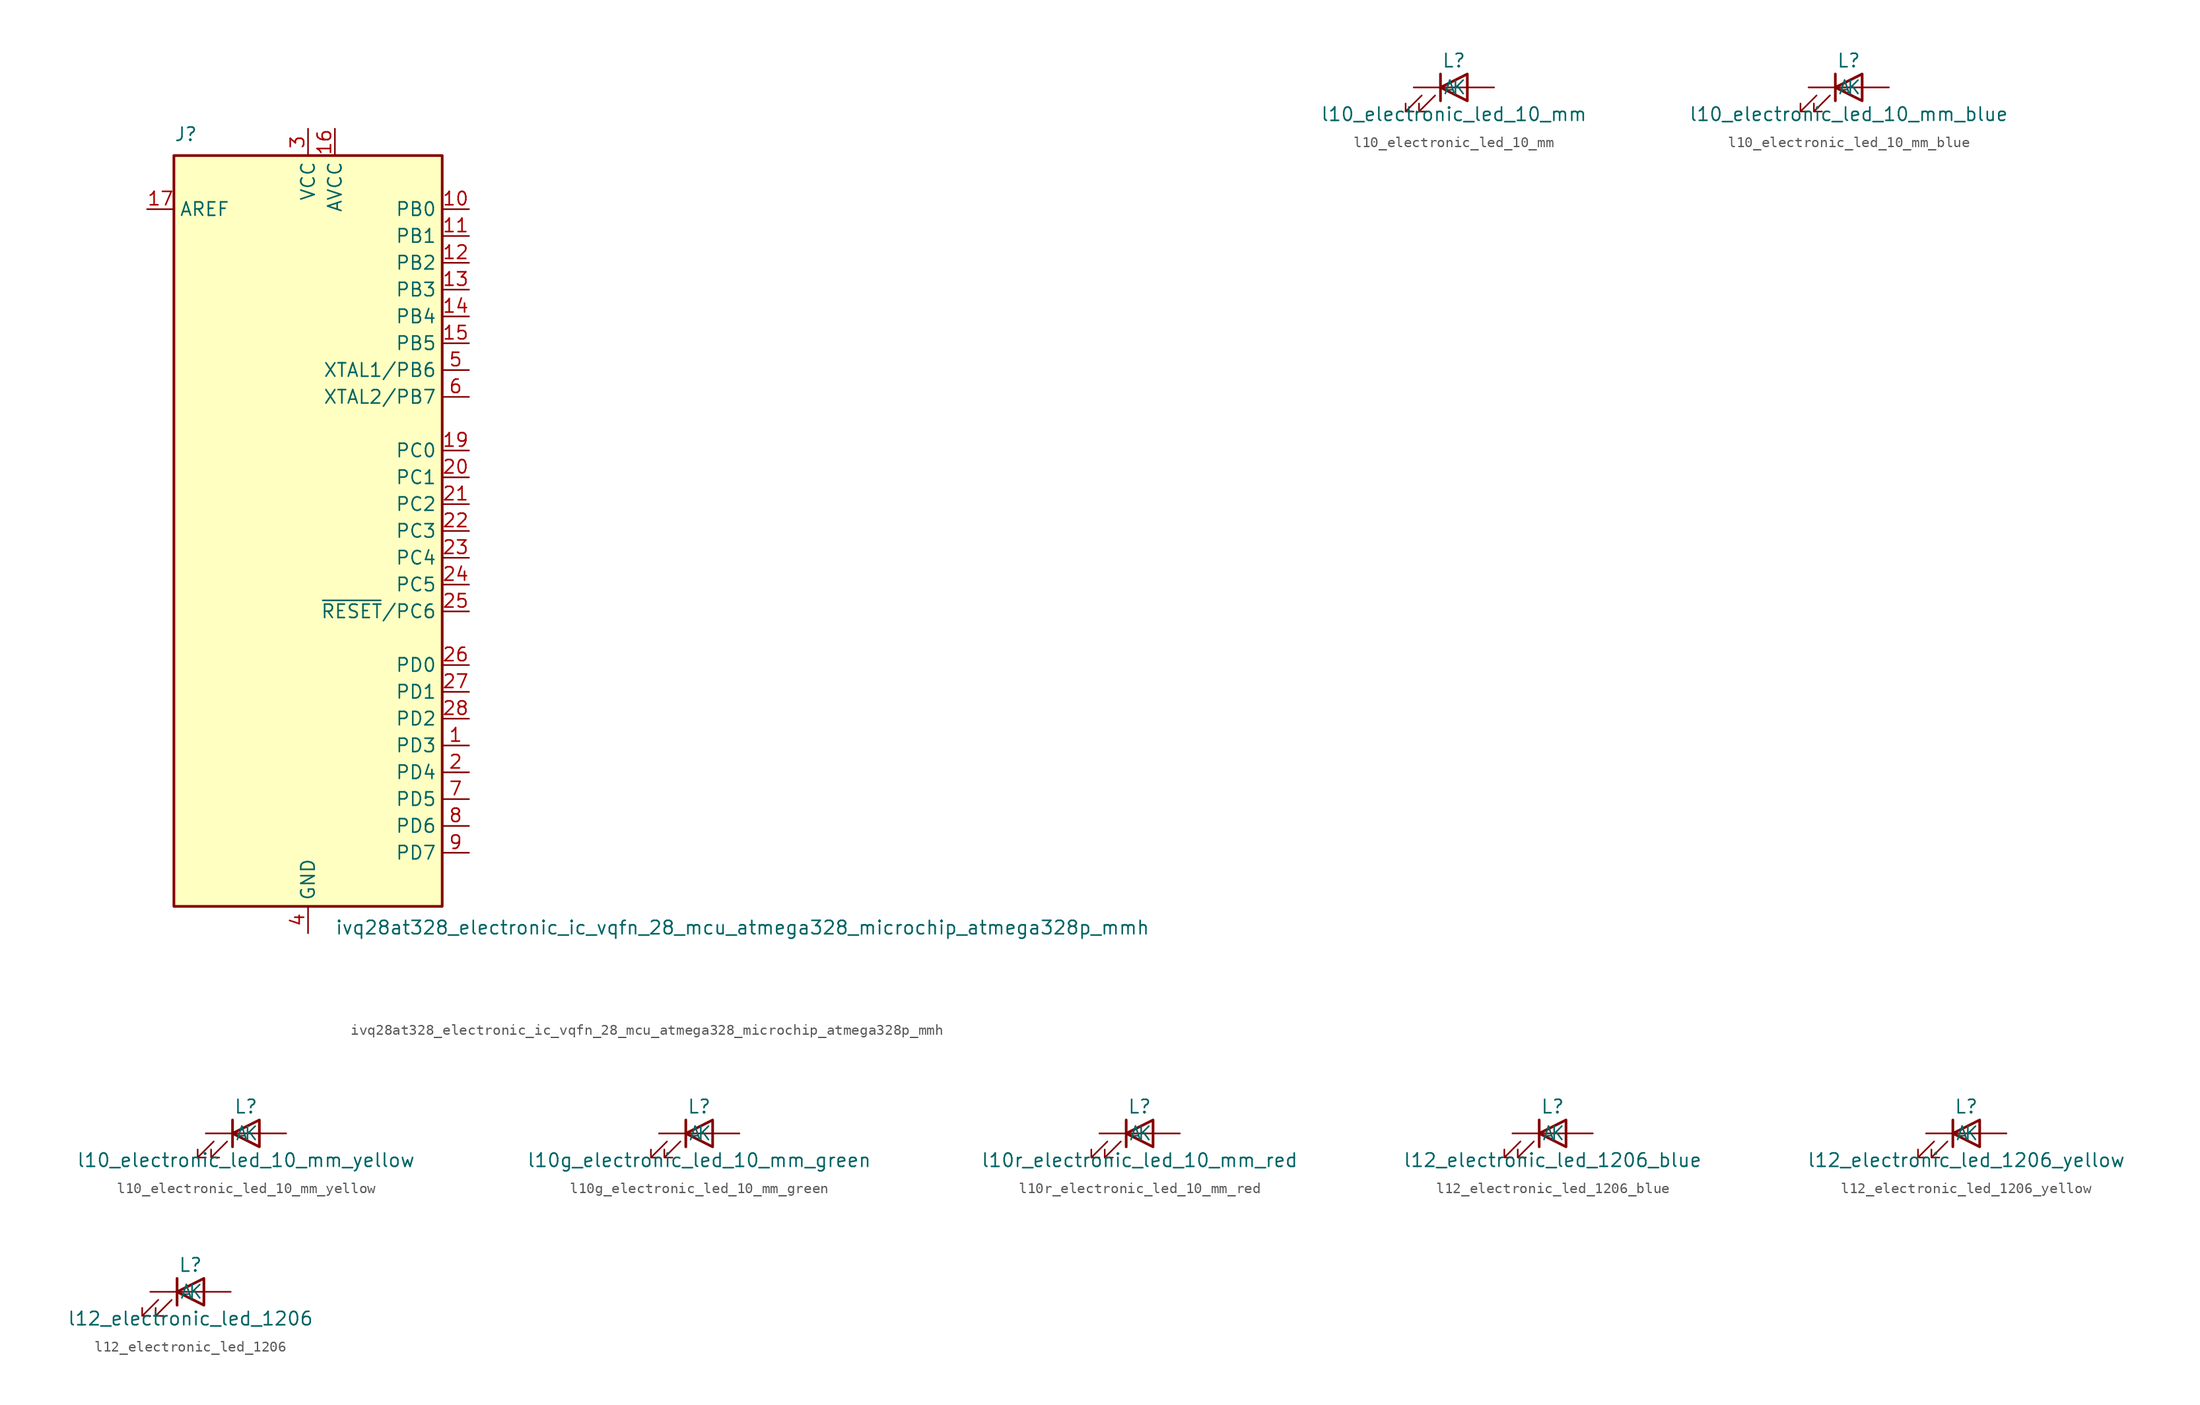
<source format=kicad_sym>
(kicad_symbol_lib
  (version 20220914)
  (generator kicad_symbol_editor)
  (symbol "ivq28at328_electronic_ic_vqfn_28_mcu_atmega328_microchip_atmega328p_mmh"
    (property "Reference" "J"
      (at -12.7 36.83 0)
      (effects (font (size 1.27 1.27)) (justify left bottom)))
    (property "Value" "ivq28at328_electronic_ic_vqfn_28_mcu_atmega328_microchip_atmega328p_mmh"
      (at 2.54 -36.83 0)
      (effects (font (size 1.27 1.27)) (justify left top)))
    (symbol "ivq28at328_electronic_ic_vqfn_28_mcu_atmega328_microchip_atmega328p_mmh_0_1"
      (rectangle (start -12.7 -35.56) (end 12.7 35.56) (stroke (width 0.254) (type default)) (fill (type background))))
    (symbol "ivq28at328_electronic_ic_vqfn_28_mcu_atmega328_microchip_atmega328p_mmh_1_1"
      (pin bidirectional line (at 15.24 -20.32 180) (length 2.54) (name "PD3" (effects (font (size 1.27 1.27)))) (number "1" (effects (font (size 1.27 1.27)))))
      (pin bidirectional line (at 15.24 30.48 180) (length 2.54) (name "PB0" (effects (font (size 1.27 1.27)))) (number "10" (effects (font (size 1.27 1.27)))))
      (pin bidirectional line (at 15.24 27.94 180) (length 2.54) (name "PB1" (effects (font (size 1.27 1.27)))) (number "11" (effects (font (size 1.27 1.27)))))
      (pin bidirectional line (at 15.24 25.4 180) (length 2.54) (name "PB2" (effects (font (size 1.27 1.27)))) (number "12" (effects (font (size 1.27 1.27)))))
      (pin bidirectional line (at 15.24 22.86 180) (length 2.54) (name "PB3" (effects (font (size 1.27 1.27)))) (number "13" (effects (font (size 1.27 1.27)))))
      (pin bidirectional line (at 15.24 20.32 180) (length 2.54) (name "PB4" (effects (font (size 1.27 1.27)))) (number "14" (effects (font (size 1.27 1.27)))))
      (pin bidirectional line (at 15.24 17.78 180) (length 2.54) (name "PB5" (effects (font (size 1.27 1.27)))) (number "15" (effects (font (size 1.27 1.27)))))
      (pin power_in line (at 2.54 38.1 270) (length 2.54) (name "AVCC" (effects (font (size 1.27 1.27)))) (number "16" (effects (font (size 1.27 1.27)))))
      (pin passive line (at -15.24 30.48 0) (length 2.54) (name "AREF" (effects (font (size 1.27 1.27)))) (number "17" (effects (font (size 1.27 1.27)))))
      (pin passive line (at 0 -38.1 90) (length 2.54) hide (name "GND" (effects (font (size 1.27 1.27)))) (number "18" (effects (font (size 1.27 1.27)))))
      (pin bidirectional line (at 15.24 7.62 180) (length 2.54) (name "PC0" (effects (font (size 1.27 1.27)))) (number "19" (effects (font (size 1.27 1.27)))))
      (pin bidirectional line (at 15.24 -22.86 180) (length 2.54) (name "PD4" (effects (font (size 1.27 1.27)))) (number "2" (effects (font (size 1.27 1.27)))))
      (pin bidirectional line (at 15.24 5.08 180) (length 2.54) (name "PC1" (effects (font (size 1.27 1.27)))) (number "20" (effects (font (size 1.27 1.27)))))
      (pin bidirectional line (at 15.24 2.54 180) (length 2.54) (name "PC2" (effects (font (size 1.27 1.27)))) (number "21" (effects (font (size 1.27 1.27)))))
      (pin bidirectional line (at 15.24 0 180) (length 2.54) (name "PC3" (effects (font (size 1.27 1.27)))) (number "22" (effects (font (size 1.27 1.27)))))
      (pin bidirectional line (at 15.24 -2.54 180) (length 2.54) (name "PC4" (effects (font (size 1.27 1.27)))) (number "23" (effects (font (size 1.27 1.27)))))
      (pin bidirectional line (at 15.24 -5.08 180) (length 2.54) (name "PC5" (effects (font (size 1.27 1.27)))) (number "24" (effects (font (size 1.27 1.27)))))
      (pin bidirectional line (at 15.24 -7.62 180) (length 2.54) (name "~{RESET}/PC6" (effects (font (size 1.27 1.27)))) (number "25" (effects (font (size 1.27 1.27)))))
      (pin bidirectional line (at 15.24 -12.7 180) (length 2.54) (name "PD0" (effects (font (size 1.27 1.27)))) (number "26" (effects (font (size 1.27 1.27)))))
      (pin bidirectional line (at 15.24 -15.24 180) (length 2.54) (name "PD1" (effects (font (size 1.27 1.27)))) (number "27" (effects (font (size 1.27 1.27)))))
      (pin bidirectional line (at 15.24 -17.78 180) (length 2.54) (name "PD2" (effects (font (size 1.27 1.27)))) (number "28" (effects (font (size 1.27 1.27)))))
      (pin passive line (at 0 -38.1 90) (length 2.54) hide (name "GND" (effects (font (size 1.27 1.27)))) (number "29" (effects (font (size 1.27 1.27)))))
      (pin power_in line (at 0 38.1 270) (length 2.54) (name "VCC" (effects (font (size 1.27 1.27)))) (number "3" (effects (font (size 1.27 1.27)))))
      (pin power_in line (at 0 -38.1 90) (length 2.54) (name "GND" (effects (font (size 1.27 1.27)))) (number "4" (effects (font (size 1.27 1.27)))))
      (pin bidirectional line (at 15.24 15.24 180) (length 2.54) (name "XTAL1/PB6" (effects (font (size 1.27 1.27)))) (number "5" (effects (font (size 1.27 1.27)))))
      (pin bidirectional line (at 15.24 12.7 180) (length 2.54) (name "XTAL2/PB7" (effects (font (size 1.27 1.27)))) (number "6" (effects (font (size 1.27 1.27)))))
      (pin bidirectional line (at 15.24 -25.4 180) (length 2.54) (name "PD5" (effects (font (size 1.27 1.27)))) (number "7" (effects (font (size 1.27 1.27)))))
      (pin bidirectional line (at 15.24 -27.94 180) (length 2.54) (name "PD6" (effects (font (size 1.27 1.27)))) (number "8" (effects (font (size 1.27 1.27)))))
      (pin bidirectional line (at 15.24 -30.48 180) (length 2.54) (name "PD7" (effects (font (size 1.27 1.27)))) (number "9" (effects (font (size 1.27 1.27)))))))
  (symbol "l10_electronic_led_10_mm"
    (pin_numbers hide)
    (pin_names
      (offset 1.016))
    (property "Reference" "L"
      (at 0 2.54 0)
      (effects (font (size 1.27 1.27))))
    (property "Value" "l10_electronic_led_10_mm"
      (at 0 -2.54 0)
      (effects (font (size 1.27 1.27))))
    (symbol "l10_electronic_led_10_mm_0_1"
      (polyline (pts (xy -1.27 -1.27) (xy -1.27 1.27)) (stroke (width 0.254) (type default)) (fill (type none)))
      (polyline (pts (xy -1.27 0) (xy 1.27 0)) (stroke (width 0) (type default)) (fill (type none)))
      (polyline (pts (xy 1.27 -1.27) (xy 1.27 1.27) (xy -1.27 0) (xy 1.27 -1.27)) (stroke (width 0.254) (type default)) (fill (type none)))
      (polyline (pts (xy -3.048 -0.762) (xy -4.572 -2.286) (xy -3.81 -2.286) (xy -4.572 -2.286) (xy -4.572 -1.524)) (stroke (width 0) (type default)) (fill (type none)))
      (polyline (pts (xy -1.778 -0.762) (xy -3.302 -2.286) (xy -2.54 -2.286) (xy -3.302 -2.286) (xy -3.302 -1.524)) (stroke (width 0) (type default)) (fill (type none))))
    (symbol "l10_electronic_led_10_mm_1_1"
      (pin passive line (at -3.81 0 0) (length 2.54) (name "K" (effects (font (size 1.27 1.27)))) (number "1" (effects (font (size 1.27 1.27)))))
      (pin passive line (at 3.81 0 180) (length 2.54) (name "A" (effects (font (size 1.27 1.27)))) (number "2" (effects (font (size 1.27 1.27)))))))
  (symbol "l10_electronic_led_10_mm_blue"
    (pin_numbers hide)
    (pin_names
      (offset 1.016))
    (property "Reference" "L"
      (at 0 2.54 0)
      (effects (font (size 1.27 1.27))))
    (property "Value" "l10_electronic_led_10_mm_blue"
      (at 0 -2.54 0)
      (effects (font (size 1.27 1.27))))
    (symbol "l10_electronic_led_10_mm_blue_0_1"
      (polyline (pts (xy -1.27 -1.27) (xy -1.27 1.27)) (stroke (width 0.254) (type default)) (fill (type none)))
      (polyline (pts (xy -1.27 0) (xy 1.27 0)) (stroke (width 0) (type default)) (fill (type none)))
      (polyline (pts (xy 1.27 -1.27) (xy 1.27 1.27) (xy -1.27 0) (xy 1.27 -1.27)) (stroke (width 0.254) (type default)) (fill (type none)))
      (polyline (pts (xy -3.048 -0.762) (xy -4.572 -2.286) (xy -3.81 -2.286) (xy -4.572 -2.286) (xy -4.572 -1.524)) (stroke (width 0) (type default)) (fill (type none)))
      (polyline (pts (xy -1.778 -0.762) (xy -3.302 -2.286) (xy -2.54 -2.286) (xy -3.302 -2.286) (xy -3.302 -1.524)) (stroke (width 0) (type default)) (fill (type none))))
    (symbol "l10_electronic_led_10_mm_blue_1_1"
      (pin passive line (at -3.81 0 0) (length 2.54) (name "K" (effects (font (size 1.27 1.27)))) (number "1" (effects (font (size 1.27 1.27)))))
      (pin passive line (at 3.81 0 180) (length 2.54) (name "A" (effects (font (size 1.27 1.27)))) (number "2" (effects (font (size 1.27 1.27)))))))
  (symbol "l10_electronic_led_10_mm_yellow"
    (pin_numbers hide)
    (pin_names
      (offset 1.016))
    (property "Reference" "L"
      (at 0 2.54 0)
      (effects (font (size 1.27 1.27))))
    (property "Value" "l10_electronic_led_10_mm_yellow"
      (at 0 -2.54 0)
      (effects (font (size 1.27 1.27))))
    (symbol "l10_electronic_led_10_mm_yellow_0_1"
      (polyline (pts (xy -1.27 -1.27) (xy -1.27 1.27)) (stroke (width 0.254) (type default)) (fill (type none)))
      (polyline (pts (xy -1.27 0) (xy 1.27 0)) (stroke (width 0) (type default)) (fill (type none)))
      (polyline (pts (xy 1.27 -1.27) (xy 1.27 1.27) (xy -1.27 0) (xy 1.27 -1.27)) (stroke (width 0.254) (type default)) (fill (type none)))
      (polyline (pts (xy -3.048 -0.762) (xy -4.572 -2.286) (xy -3.81 -2.286) (xy -4.572 -2.286) (xy -4.572 -1.524)) (stroke (width 0) (type default)) (fill (type none)))
      (polyline (pts (xy -1.778 -0.762) (xy -3.302 -2.286) (xy -2.54 -2.286) (xy -3.302 -2.286) (xy -3.302 -1.524)) (stroke (width 0) (type default)) (fill (type none))))
    (symbol "l10_electronic_led_10_mm_yellow_1_1"
      (pin passive line (at -3.81 0 0) (length 2.54) (name "K" (effects (font (size 1.27 1.27)))) (number "1" (effects (font (size 1.27 1.27)))))
      (pin passive line (at 3.81 0 180) (length 2.54) (name "A" (effects (font (size 1.27 1.27)))) (number "2" (effects (font (size 1.27 1.27)))))))
  (symbol "l10g_electronic_led_10_mm_green"
    (pin_numbers hide)
    (pin_names
      (offset 1.016))
    (property "Reference" "L"
      (at 0 2.54 0)
      (effects (font (size 1.27 1.27))))
    (property "Value" "l10g_electronic_led_10_mm_green"
      (at 0 -2.54 0)
      (effects (font (size 1.27 1.27))))
    (symbol "l10g_electronic_led_10_mm_green_0_1"
      (polyline (pts (xy -1.27 -1.27) (xy -1.27 1.27)) (stroke (width 0.254) (type default)) (fill (type none)))
      (polyline (pts (xy -1.27 0) (xy 1.27 0)) (stroke (width 0) (type default)) (fill (type none)))
      (polyline (pts (xy 1.27 -1.27) (xy 1.27 1.27) (xy -1.27 0) (xy 1.27 -1.27)) (stroke (width 0.254) (type default)) (fill (type none)))
      (polyline (pts (xy -3.048 -0.762) (xy -4.572 -2.286) (xy -3.81 -2.286) (xy -4.572 -2.286) (xy -4.572 -1.524)) (stroke (width 0) (type default)) (fill (type none)))
      (polyline (pts (xy -1.778 -0.762) (xy -3.302 -2.286) (xy -2.54 -2.286) (xy -3.302 -2.286) (xy -3.302 -1.524)) (stroke (width 0) (type default)) (fill (type none))))
    (symbol "l10g_electronic_led_10_mm_green_1_1"
      (pin passive line (at -3.81 0 0) (length 2.54) (name "K" (effects (font (size 1.27 1.27)))) (number "1" (effects (font (size 1.27 1.27)))))
      (pin passive line (at 3.81 0 180) (length 2.54) (name "A" (effects (font (size 1.27 1.27)))) (number "2" (effects (font (size 1.27 1.27)))))))
  (symbol "l10r_electronic_led_10_mm_red"
    (pin_numbers hide)
    (pin_names
      (offset 1.016))
    (property "Reference" "L"
      (at 0 2.54 0)
      (effects (font (size 1.27 1.27))))
    (property "Value" "l10r_electronic_led_10_mm_red"
      (at 0 -2.54 0)
      (effects (font (size 1.27 1.27))))
    (symbol "l10r_electronic_led_10_mm_red_0_1"
      (polyline (pts (xy -1.27 -1.27) (xy -1.27 1.27)) (stroke (width 0.254) (type default)) (fill (type none)))
      (polyline (pts (xy -1.27 0) (xy 1.27 0)) (stroke (width 0) (type default)) (fill (type none)))
      (polyline (pts (xy 1.27 -1.27) (xy 1.27 1.27) (xy -1.27 0) (xy 1.27 -1.27)) (stroke (width 0.254) (type default)) (fill (type none)))
      (polyline (pts (xy -3.048 -0.762) (xy -4.572 -2.286) (xy -3.81 -2.286) (xy -4.572 -2.286) (xy -4.572 -1.524)) (stroke (width 0) (type default)) (fill (type none)))
      (polyline (pts (xy -1.778 -0.762) (xy -3.302 -2.286) (xy -2.54 -2.286) (xy -3.302 -2.286) (xy -3.302 -1.524)) (stroke (width 0) (type default)) (fill (type none))))
    (symbol "l10r_electronic_led_10_mm_red_1_1"
      (pin passive line (at -3.81 0 0) (length 2.54) (name "K" (effects (font (size 1.27 1.27)))) (number "1" (effects (font (size 1.27 1.27)))))
      (pin passive line (at 3.81 0 180) (length 2.54) (name "A" (effects (font (size 1.27 1.27)))) (number "2" (effects (font (size 1.27 1.27)))))))
  (symbol "l12_electronic_led_1206_blue"
    (pin_numbers hide)
    (pin_names
      (offset 1.016))
    (property "Reference" "L"
      (at 0 2.54 0)
      (effects (font (size 1.27 1.27))))
    (property "Value" "l12_electronic_led_1206_blue"
      (at 0 -2.54 0)
      (effects (font (size 1.27 1.27))))
    (symbol "l12_electronic_led_1206_blue_0_1"
      (polyline (pts (xy -1.27 -1.27) (xy -1.27 1.27)) (stroke (width 0.254) (type default)) (fill (type none)))
      (polyline (pts (xy -1.27 0) (xy 1.27 0)) (stroke (width 0) (type default)) (fill (type none)))
      (polyline (pts (xy 1.27 -1.27) (xy 1.27 1.27) (xy -1.27 0) (xy 1.27 -1.27)) (stroke (width 0.254) (type default)) (fill (type none)))
      (polyline (pts (xy -3.048 -0.762) (xy -4.572 -2.286) (xy -3.81 -2.286) (xy -4.572 -2.286) (xy -4.572 -1.524)) (stroke (width 0) (type default)) (fill (type none)))
      (polyline (pts (xy -1.778 -0.762) (xy -3.302 -2.286) (xy -2.54 -2.286) (xy -3.302 -2.286) (xy -3.302 -1.524)) (stroke (width 0) (type default)) (fill (type none))))
    (symbol "l12_electronic_led_1206_blue_1_1"
      (pin passive line (at -3.81 0 0) (length 2.54) (name "K" (effects (font (size 1.27 1.27)))) (number "1" (effects (font (size 1.27 1.27)))))
      (pin passive line (at 3.81 0 180) (length 2.54) (name "A" (effects (font (size 1.27 1.27)))) (number "2" (effects (font (size 1.27 1.27)))))))
  (symbol "l12_electronic_led_1206_yellow"
    (pin_numbers hide)
    (pin_names
      (offset 1.016))
    (property "Reference" "L"
      (at 0 2.54 0)
      (effects (font (size 1.27 1.27))))
    (property "Value" "l12_electronic_led_1206_yellow"
      (at 0 -2.54 0)
      (effects (font (size 1.27 1.27))))
    (symbol "l12_electronic_led_1206_yellow_0_1"
      (polyline (pts (xy -1.27 -1.27) (xy -1.27 1.27)) (stroke (width 0.254) (type default)) (fill (type none)))
      (polyline (pts (xy -1.27 0) (xy 1.27 0)) (stroke (width 0) (type default)) (fill (type none)))
      (polyline (pts (xy 1.27 -1.27) (xy 1.27 1.27) (xy -1.27 0) (xy 1.27 -1.27)) (stroke (width 0.254) (type default)) (fill (type none)))
      (polyline (pts (xy -3.048 -0.762) (xy -4.572 -2.286) (xy -3.81 -2.286) (xy -4.572 -2.286) (xy -4.572 -1.524)) (stroke (width 0) (type default)) (fill (type none)))
      (polyline (pts (xy -1.778 -0.762) (xy -3.302 -2.286) (xy -2.54 -2.286) (xy -3.302 -2.286) (xy -3.302 -1.524)) (stroke (width 0) (type default)) (fill (type none))))
    (symbol "l12_electronic_led_1206_yellow_1_1"
      (pin passive line (at -3.81 0 0) (length 2.54) (name "K" (effects (font (size 1.27 1.27)))) (number "1" (effects (font (size 1.27 1.27)))))
      (pin passive line (at 3.81 0 180) (length 2.54) (name "A" (effects (font (size 1.27 1.27)))) (number "2" (effects (font (size 1.27 1.27)))))))
  (symbol "l12_electronic_led_1206"
    (pin_numbers hide)
    (pin_names
      (offset 1.016))
    (property "Reference" "L"
      (at 0 2.54 0)
      (effects (font (size 1.27 1.27))))
    (property "Value" "l12_electronic_led_1206"
      (at 0 -2.54 0)
      (effects (font (size 1.27 1.27))))
    (symbol "l12_electronic_led_1206_0_1"
      (polyline (pts (xy -1.27 -1.27) (xy -1.27 1.27)) (stroke (width 0.254) (type default)) (fill (type none)))
      (polyline (pts (xy -1.27 0) (xy 1.27 0)) (stroke (width 0) (type default)) (fill (type none)))
      (polyline (pts (xy 1.27 -1.27) (xy 1.27 1.27) (xy -1.27 0) (xy 1.27 -1.27)) (stroke (width 0.254) (type default)) (fill (type none)))
      (polyline (pts (xy -3.048 -0.762) (xy -4.572 -2.286) (xy -3.81 -2.286) (xy -4.572 -2.286) (xy -4.572 -1.524)) (stroke (width 0) (type default)) (fill (type none)))
      (polyline (pts (xy -1.778 -0.762) (xy -3.302 -2.286) (xy -2.54 -2.286) (xy -3.302 -2.286) (xy -3.302 -1.524)) (stroke (width 0) (type default)) (fill (type none))))
    (symbol "l12_electronic_led_1206_1_1"
      (pin passive line (at -3.81 0 0) (length 2.54) (name "K" (effects (font (size 1.27 1.27)))) (number "1" (effects (font (size 1.27 1.27)))))
      (pin passive line (at 3.81 0 180) (length 2.54) (name "A" (effects (font (size 1.27 1.27)))) (number "2" (effects (font (size 1.27 1.27))))))))
</source>
